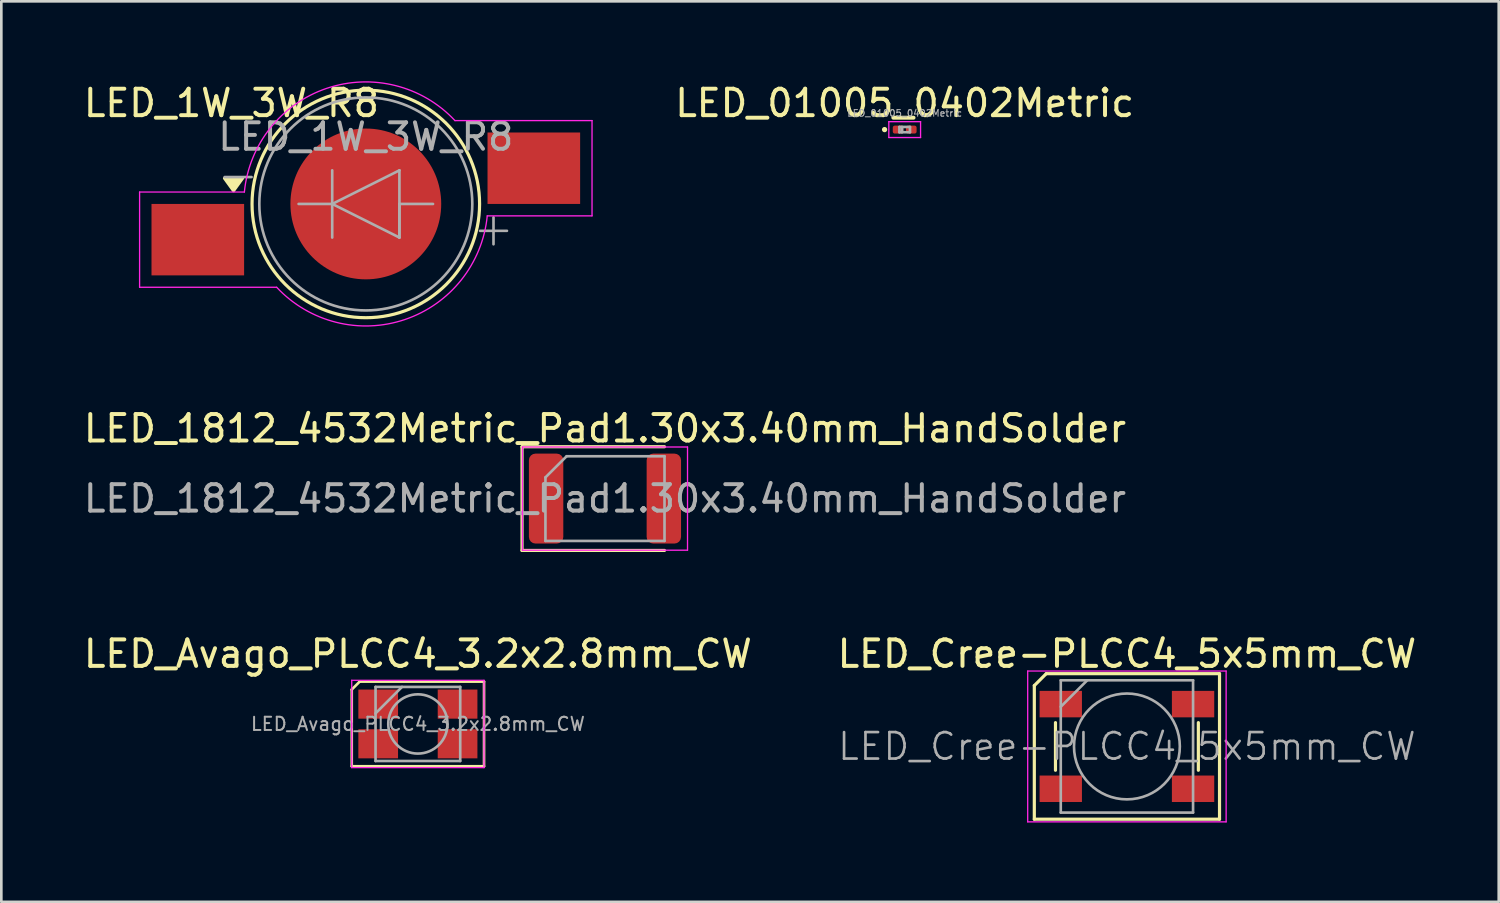
<source format=kicad_pcb>
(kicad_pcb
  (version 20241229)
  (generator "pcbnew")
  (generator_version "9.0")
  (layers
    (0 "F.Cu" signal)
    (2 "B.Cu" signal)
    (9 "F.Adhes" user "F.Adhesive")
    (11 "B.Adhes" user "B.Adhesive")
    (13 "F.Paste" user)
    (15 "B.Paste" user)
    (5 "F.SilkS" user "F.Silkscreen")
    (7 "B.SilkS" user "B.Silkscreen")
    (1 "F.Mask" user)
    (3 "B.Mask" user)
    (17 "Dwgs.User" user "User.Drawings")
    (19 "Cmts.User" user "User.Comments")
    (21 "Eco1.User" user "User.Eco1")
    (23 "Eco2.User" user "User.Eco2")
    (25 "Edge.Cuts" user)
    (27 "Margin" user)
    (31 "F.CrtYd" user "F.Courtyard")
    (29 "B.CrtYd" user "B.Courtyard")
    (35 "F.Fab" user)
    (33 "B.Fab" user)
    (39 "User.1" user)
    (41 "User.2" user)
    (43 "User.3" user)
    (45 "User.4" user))
  (footprint "LED_01005_0402Metric"
    (layer "F.Cu")
    (at 31.143 1.848)
    (property "Reference" "LED_01005_0402Metric" (at 0 -1 0) (layer "F.SilkS") (effects (font (size 1 1) (thickness 0.15))))
    (attr smd)
    (fp_circle (center -0.76 0) (end -0.71 0) (stroke (width 0.1) (type solid)) (fill no) (layer "F.SilkS"))
    (fp_line (start -0.6 -0.3) (end 0.6 -0.3) (stroke (width 0.05) (type solid)) (layer "F.CrtYd"))
    (fp_line (start -0.6 0.3) (end -0.6 -0.3) (stroke (width 0.05) (type solid)) (layer "F.CrtYd"))
    (fp_line (start 0.6 -0.3) (end 0.6 0.3) (stroke (width 0.05) (type solid)) (layer "F.CrtYd"))
    (fp_line (start 0.6 0.3) (end -0.6 0.3) (stroke (width 0.05) (type solid)) (layer "F.CrtYd"))
    (fp_line (start -0.2 -0.1) (end 0.2 -0.1) (stroke (width 0.1) (type solid)) (layer "F.Fab"))
    (fp_line (start -0.2 0.1) (end -0.2 -0.1) (stroke (width 0.1) (type solid)) (layer "F.Fab"))
    (fp_line (start -0.1 0.1) (end -0.1 -0.1) (stroke (width 0.1) (type solid)) (layer "F.Fab"))
    (fp_line (start 0.2 -0.1) (end 0.2 0.1) (stroke (width 0.1) (type solid)) (layer "F.Fab"))
    (fp_line (start 0.2 0.1) (end -0.2 0.1) (stroke (width 0.1) (type solid)) (layer "F.Fab"))
    (fp_text user "${REFERENCE}" (at 0 -0.62 0) (layer "F.Fab") (effects (font (size 0.25 0.25) (thickness 0.04))))
    (pad "" smd roundrect (at -0.275 0) (size 0.27 0.27) (layers "F.Paste") (roundrect_rratio 0.25))
    (pad "" smd roundrect (at 0.275 0) (size 0.27 0.27) (layers "F.Paste") (roundrect_rratio 0.25))
    (pad "1" smd roundrect (at -0.25 0) (size 0.4 0.3) (layers "F.Cu" "F.Mask") (roundrect_rratio 0.25))
    (pad "2" smd roundrect (at 0.25 0) (size 0.4 0.3) (layers "F.Cu" "F.Mask") (roundrect_rratio 0.25)))
  (footprint "LED_1812_4532Metric_Pad1.30x3.40mm_HandSolder"
    (layer "F.Cu")
    (at 19.815 15.794)
    (property "Reference" "LED_1812_4532Metric_Pad1.30x3.40mm_HandSolder" (at 0 -2.65 0) (layer "F.SilkS") (effects (font (size 1 1) (thickness 0.15))))
    (attr smd)
    (fp_line (start -3.135 -1.96) (end -3.135 1.96) (stroke (width 0.12) (type solid)) (layer "F.SilkS"))
    (fp_line (start -3.135 1.96) (end 2.25 1.96) (stroke (width 0.12) (type solid)) (layer "F.SilkS"))
    (fp_line (start 2.25 -1.96) (end -3.135 -1.96) (stroke (width 0.12) (type solid)) (layer "F.SilkS"))
    (fp_line (start -3.12 -1.95) (end 3.12 -1.95) (stroke (width 0.05) (type solid)) (layer "F.CrtYd"))
    (fp_line (start -3.12 1.95) (end -3.12 -1.95) (stroke (width 0.05) (type solid)) (layer "F.CrtYd"))
    (fp_line (start 3.12 -1.95) (end 3.12 1.95) (stroke (width 0.05) (type solid)) (layer "F.CrtYd"))
    (fp_line (start 3.12 1.95) (end -3.12 1.95) (stroke (width 0.05) (type solid)) (layer "F.CrtYd"))
    (fp_line (start -2.25 -0.8) (end -2.25 1.6) (stroke (width 0.1) (type solid)) (layer "F.Fab"))
    (fp_line (start -2.25 1.6) (end 2.25 1.6) (stroke (width 0.1) (type solid)) (layer "F.Fab"))
    (fp_line (start -1.45 -1.6) (end -2.25 -0.8) (stroke (width 0.1) (type solid)) (layer "F.Fab"))
    (fp_line (start 2.25 -1.6) (end -1.45 -1.6) (stroke (width 0.1) (type solid)) (layer "F.Fab"))
    (fp_line (start 2.25 1.6) (end 2.25 -1.6) (stroke (width 0.1) (type solid)) (layer "F.Fab"))
    (fp_text user "${REFERENCE}" (at 0 0 0) (layer "F.Fab") (effects (font (size 1 1) (thickness 0.15))))
    (pad "1" smd roundrect (at -2.225 0) (size 1.3 3.4) (layers "F.Cu" "F.Mask" "F.Paste") (roundrect_rratio 0.192))
    (pad "2" smd roundrect (at 2.225 0) (size 1.3 3.4) (layers "F.Cu" "F.Mask" "F.Paste") (roundrect_rratio 0.192)))
  (footprint "LED_Avago_PLCC4_3.2x2.8mm_CW"
    (layer "F.Cu")
    (at 12.744 24.312)
    (property "Reference" "LED_Avago_PLCC4_3.2x2.8mm_CW" (at 0 -2.65 0) (layer "F.SilkS") (effects (font (size 1 1) (thickness 0.15))))
    (attr smd)
    (fp_line (start -2.5 1.6) (end -2.5 -1.3) (stroke (width 0.1) (type solid)) (layer "F.SilkS"))
    (fp_line (start -2.5 1.6) (end 2.5 1.6) (stroke (width 0.1) (type solid)) (layer "F.SilkS"))
    (fp_line (start -2.2 -1.6) (end -2.5 -1.3) (stroke (width 0.1) (type default)) (layer "F.SilkS"))
    (fp_line (start -2.2 -1.6) (end 2.5 -1.6) (stroke (width 0.1) (type solid)) (layer "F.SilkS"))
    (fp_line (start 2.5 1.6) (end 2.5 -1.6) (stroke (width 0.1) (type solid)) (layer "F.SilkS"))
    (fp_line (start -2.5 -1.65) (end -2.5 1.65) (stroke (width 0.05) (type solid)) (layer "F.CrtYd"))
    (fp_line (start -2.5 -1.65) (end 2.5 -1.65) (stroke (width 0.05) (type solid)) (layer "F.CrtYd"))
    (fp_line (start 2.5 1.65) (end -2.5 1.65) (stroke (width 0.05) (type solid)) (layer "F.CrtYd"))
    (fp_line (start 2.5 1.65) (end 2.5 -1.65) (stroke (width 0.05) (type solid)) (layer "F.CrtYd"))
    (fp_line (start -1.6 -1.4) (end -1.6 1.4) (stroke (width 0.1) (type solid)) (layer "F.Fab"))
    (fp_line (start -1.6 1.4) (end 1.6 1.4) (stroke (width 0.1) (type solid)) (layer "F.Fab"))
    (fp_line (start -0.6 -1.4) (end -1.6 -0.4) (stroke (width 0.1) (type solid)) (layer "F.Fab"))
    (fp_line (start 1.6 -1.4) (end -1.6 -1.4) (stroke (width 0.1) (type solid)) (layer "F.Fab"))
    (fp_line (start 1.6 1.4) (end 1.6 -1.4) (stroke (width 0.1) (type solid)) (layer "F.Fab"))
    (fp_circle (center 0 0) (end 1.12 0) (stroke (width 0.1) (type solid)) (fill no) (layer "F.Fab"))
    (fp_text user "${REFERENCE}" (at 0 0 0) (layer "F.Fab") (effects (font (size 0.5 0.5) (thickness 0.075))))
    (pad "1" smd rect (at -1.5 -0.75) (size 1.5 1.1) (layers "F.Cu" "F.Mask" "F.Paste"))
    (pad "2" smd rect (at 1.5 -0.75) (size 1.5 1.1) (layers "F.Cu" "F.Mask" "F.Paste"))
    (pad "3" smd rect (at 1.5 0.75) (size 1.5 1.1) (layers "F.Cu" "F.Mask" "F.Paste"))
    (pad "4" smd rect (at -1.5 0.75) (size 1.5 1.1) (layers "F.Cu" "F.Mask" "F.Paste")))
  (footprint "LED_1W_3W_R8"
    (layer "F.Cu")
    (at 10.776 4.658)
    (property "Reference" "LED_1W_3W_R8" (at -5.08 -3.81 0) (layer "F.SilkS") (effects (font (size 1 1) (thickness 0.15))))
    (attr smd)
    (fp_circle (center 0 0) (end -4.3 0) (stroke (width 0.12) (type solid)) (fill no) (layer "F.SilkS"))
    (fp_poly (pts (xy -5 -0.5) (xy -5.34 -0.97) (xy -4.66 -0.97) (xy -5 -0.5)) (stroke (width 0.12) (type solid)) (fill yes) (layer "F.SilkS"))
    (fp_line (start -8.55 -0.45) (end -8.55 3.15) (stroke (width 0.05) (type solid)) (layer "F.CrtYd"))
    (fp_line (start -8.55 3.15) (end -3.37 3.15) (stroke (width 0.05) (type solid)) (layer "F.CrtYd"))
    (fp_line (start -4.59 -0.45) (end -8.55 -0.45) (stroke (width 0.05) (type solid)) (layer "F.CrtYd"))
    (fp_line (start 3.37 -3.15) (end 8.55 -3.15) (stroke (width 0.05) (type solid)) (layer "F.CrtYd"))
    (fp_line (start 8.55 -3.15) (end 8.55 0.45) (stroke (width 0.05) (type solid)) (layer "F.CrtYd"))
    (fp_line (start 8.55 0.45) (end 4.59 0.45) (stroke (width 0.05) (type solid)) (layer "F.CrtYd"))
    (fp_arc (start -4.59 -0.45) (mid -1.481265 -4.36766) (end 3.369303 -3.149349) (stroke (width 0.05) (type solid)) (layer "F.CrtYd"))
    (fp_arc (start 4.59 0.45) (mid 1.481265 4.36766) (end -3.369303 3.149349) (stroke (width 0.05) (type solid)) (layer "F.CrtYd"))
    (fp_line (start -5.334 -1.016) (end -4.318 -1.016) (stroke (width 0.1) (type solid)) (layer "F.Fab"))
    (fp_line (start -2.54 0) (end -1.27 0) (stroke (width 0.1) (type solid)) (layer "F.Fab"))
    (fp_line (start -1.27 -1.27) (end -1.27 1.27) (stroke (width 0.1) (type solid)) (layer "F.Fab"))
    (fp_line (start -1.27 0) (end 1.27 -1.27) (stroke (width 0.1) (type solid)) (layer "F.Fab"))
    (fp_line (start -1.27 0) (end 1.27 1.27) (stroke (width 0.1) (type solid)) (layer "F.Fab"))
    (fp_line (start 1.27 -1.27) (end 1.27 1.27) (stroke (width 0.1) (type solid)) (layer "F.Fab"))
    (fp_line (start 1.27 0) (end 2.54 0) (stroke (width 0.1) (type solid)) (layer "F.Fab"))
    (fp_line (start 1.27 1.27) (end 1.27 0) (stroke (width 0.1) (type solid)) (layer "F.Fab"))
    (fp_line (start 4.318 1.016) (end 5.334 1.016) (stroke (width 0.1) (type solid)) (layer "F.Fab"))
    (fp_line (start 4.826 1.524) (end 4.826 0.508) (stroke (width 0.1) (type solid)) (layer "F.Fab"))
    (fp_circle (center 0 0) (end 4.025 0) (stroke (width 0.1) (type solid)) (fill no) (layer "F.Fab"))
    (fp_text user "${REFERENCE}" (at 0 -2.54 0) (layer "F.Fab") (effects (font (size 1 1) (thickness 0.15))))
    (pad "1" smd rect (at -6.35 1.35) (size 3.5 2.7) (layers "F.Cu" "F.Mask" "F.Paste"))
    (pad "2" smd rect (at 6.35 -1.35) (size 3.5 2.7) (layers "F.Cu" "F.Mask" "F.Paste"))
    (pad "3" smd circle (at 0 0) (size 5.7 5.7) (layers "F.Cu" "F.Mask" "F.Paste")))
  (footprint "LED_Cree-PLCC4_5x5mm_CW"
    (layer "F.Cu")
    (at 39.542 25.162)
    (property "Reference" "LED_Cree-PLCC4_5x5mm_CW" (at 0 -3.5 0) (layer "F.SilkS") (effects (font (size 1 1) (thickness 0.15))))
    (attr smd)
    (fp_line (start -3.5 -2.3) (end -3.5 2.75) (stroke (width 0.12) (type default)) (layer "F.SilkS"))
    (fp_line (start -3.05 -2.75) (end -3.5 -2.3) (stroke (width 0.12) (type default)) (layer "F.SilkS"))
    (fp_line (start -2.7 -0.9) (end -2.7 0.9) (stroke (width 0.12) (type default)) (layer "F.SilkS"))
    (fp_line (start 2.7 -0.9) (end 2.7 0.9) (stroke (width 0.12) (type default)) (layer "F.SilkS"))
    (fp_line (start 3.5 -2.75) (end -3.05 -2.75) (stroke (width 0.12) (type solid)) (layer "F.SilkS"))
    (fp_line (start 3.5 2.75) (end -3.5 2.75) (stroke (width 0.12) (type solid)) (layer "F.SilkS"))
    (fp_line (start 3.5 2.75) (end 3.5 -2.75) (stroke (width 0.12) (type default)) (layer "F.SilkS"))
    (fp_line (start -3.75 -2.85) (end -3.75 2.85) (stroke (width 0.05) (type solid)) (layer "F.CrtYd"))
    (fp_line (start -3.75 2.85) (end 3.75 2.85) (stroke (width 0.05) (type solid)) (layer "F.CrtYd"))
    (fp_line (start 3.75 -2.85) (end -3.75 -2.85) (stroke (width 0.05) (type solid)) (layer "F.CrtYd"))
    (fp_line (start 3.75 2.85) (end 3.75 -2.85) (stroke (width 0.05) (type solid)) (layer "F.CrtYd"))
    (fp_line (start -2.5 -2.5) (end -2.5 2.5) (stroke (width 0.1) (type solid)) (layer "F.Fab"))
    (fp_line (start -2.5 2.5) (end 2.5 2.5) (stroke (width 0.1) (type solid)) (layer "F.Fab"))
    (fp_line (start -1.5 -2.5) (end -2.5 -1.5) (stroke (width 0.1) (type solid)) (layer "F.Fab"))
    (fp_line (start 2.5 -2.5) (end -2.5 -2.5) (stroke (width 0.1) (type solid)) (layer "F.Fab"))
    (fp_line (start 2.5 2.5) (end 2.5 -2.5) (stroke (width 0.1) (type solid)) (layer "F.Fab"))
    (fp_circle (center 0 0) (end 0 -2) (stroke (width 0.1) (type solid)) (fill no) (layer "F.Fab"))
    (fp_text user "${REFERENCE}" (at 0 0 0) (layer "F.Fab") (effects (font (size 1 1) (thickness 0.1))))
    (pad "1" smd rect (at -2.5 -1.6) (size 1.6 1) (layers "F.Cu" "F.Mask" "F.Paste"))
    (pad "2" smd rect (at 2.5 -1.6) (size 1.6 1) (layers "F.Cu" "F.Mask" "F.Paste"))
    (pad "3" smd rect (at 2.5 1.6) (size 1.6 1) (layers "F.Cu" "F.Mask" "F.Paste"))
    (pad "4" smd rect (at -2.5 1.6) (size 1.6 1) (layers "F.Cu" "F.Mask" "F.Paste")))
  (gr_rect
    (start -3 -3)
    (end 53.595 31.037)
    (stroke (width 0.1) (type default))
    (fill no)
    (layer "Edge.Cuts")))
</source>
